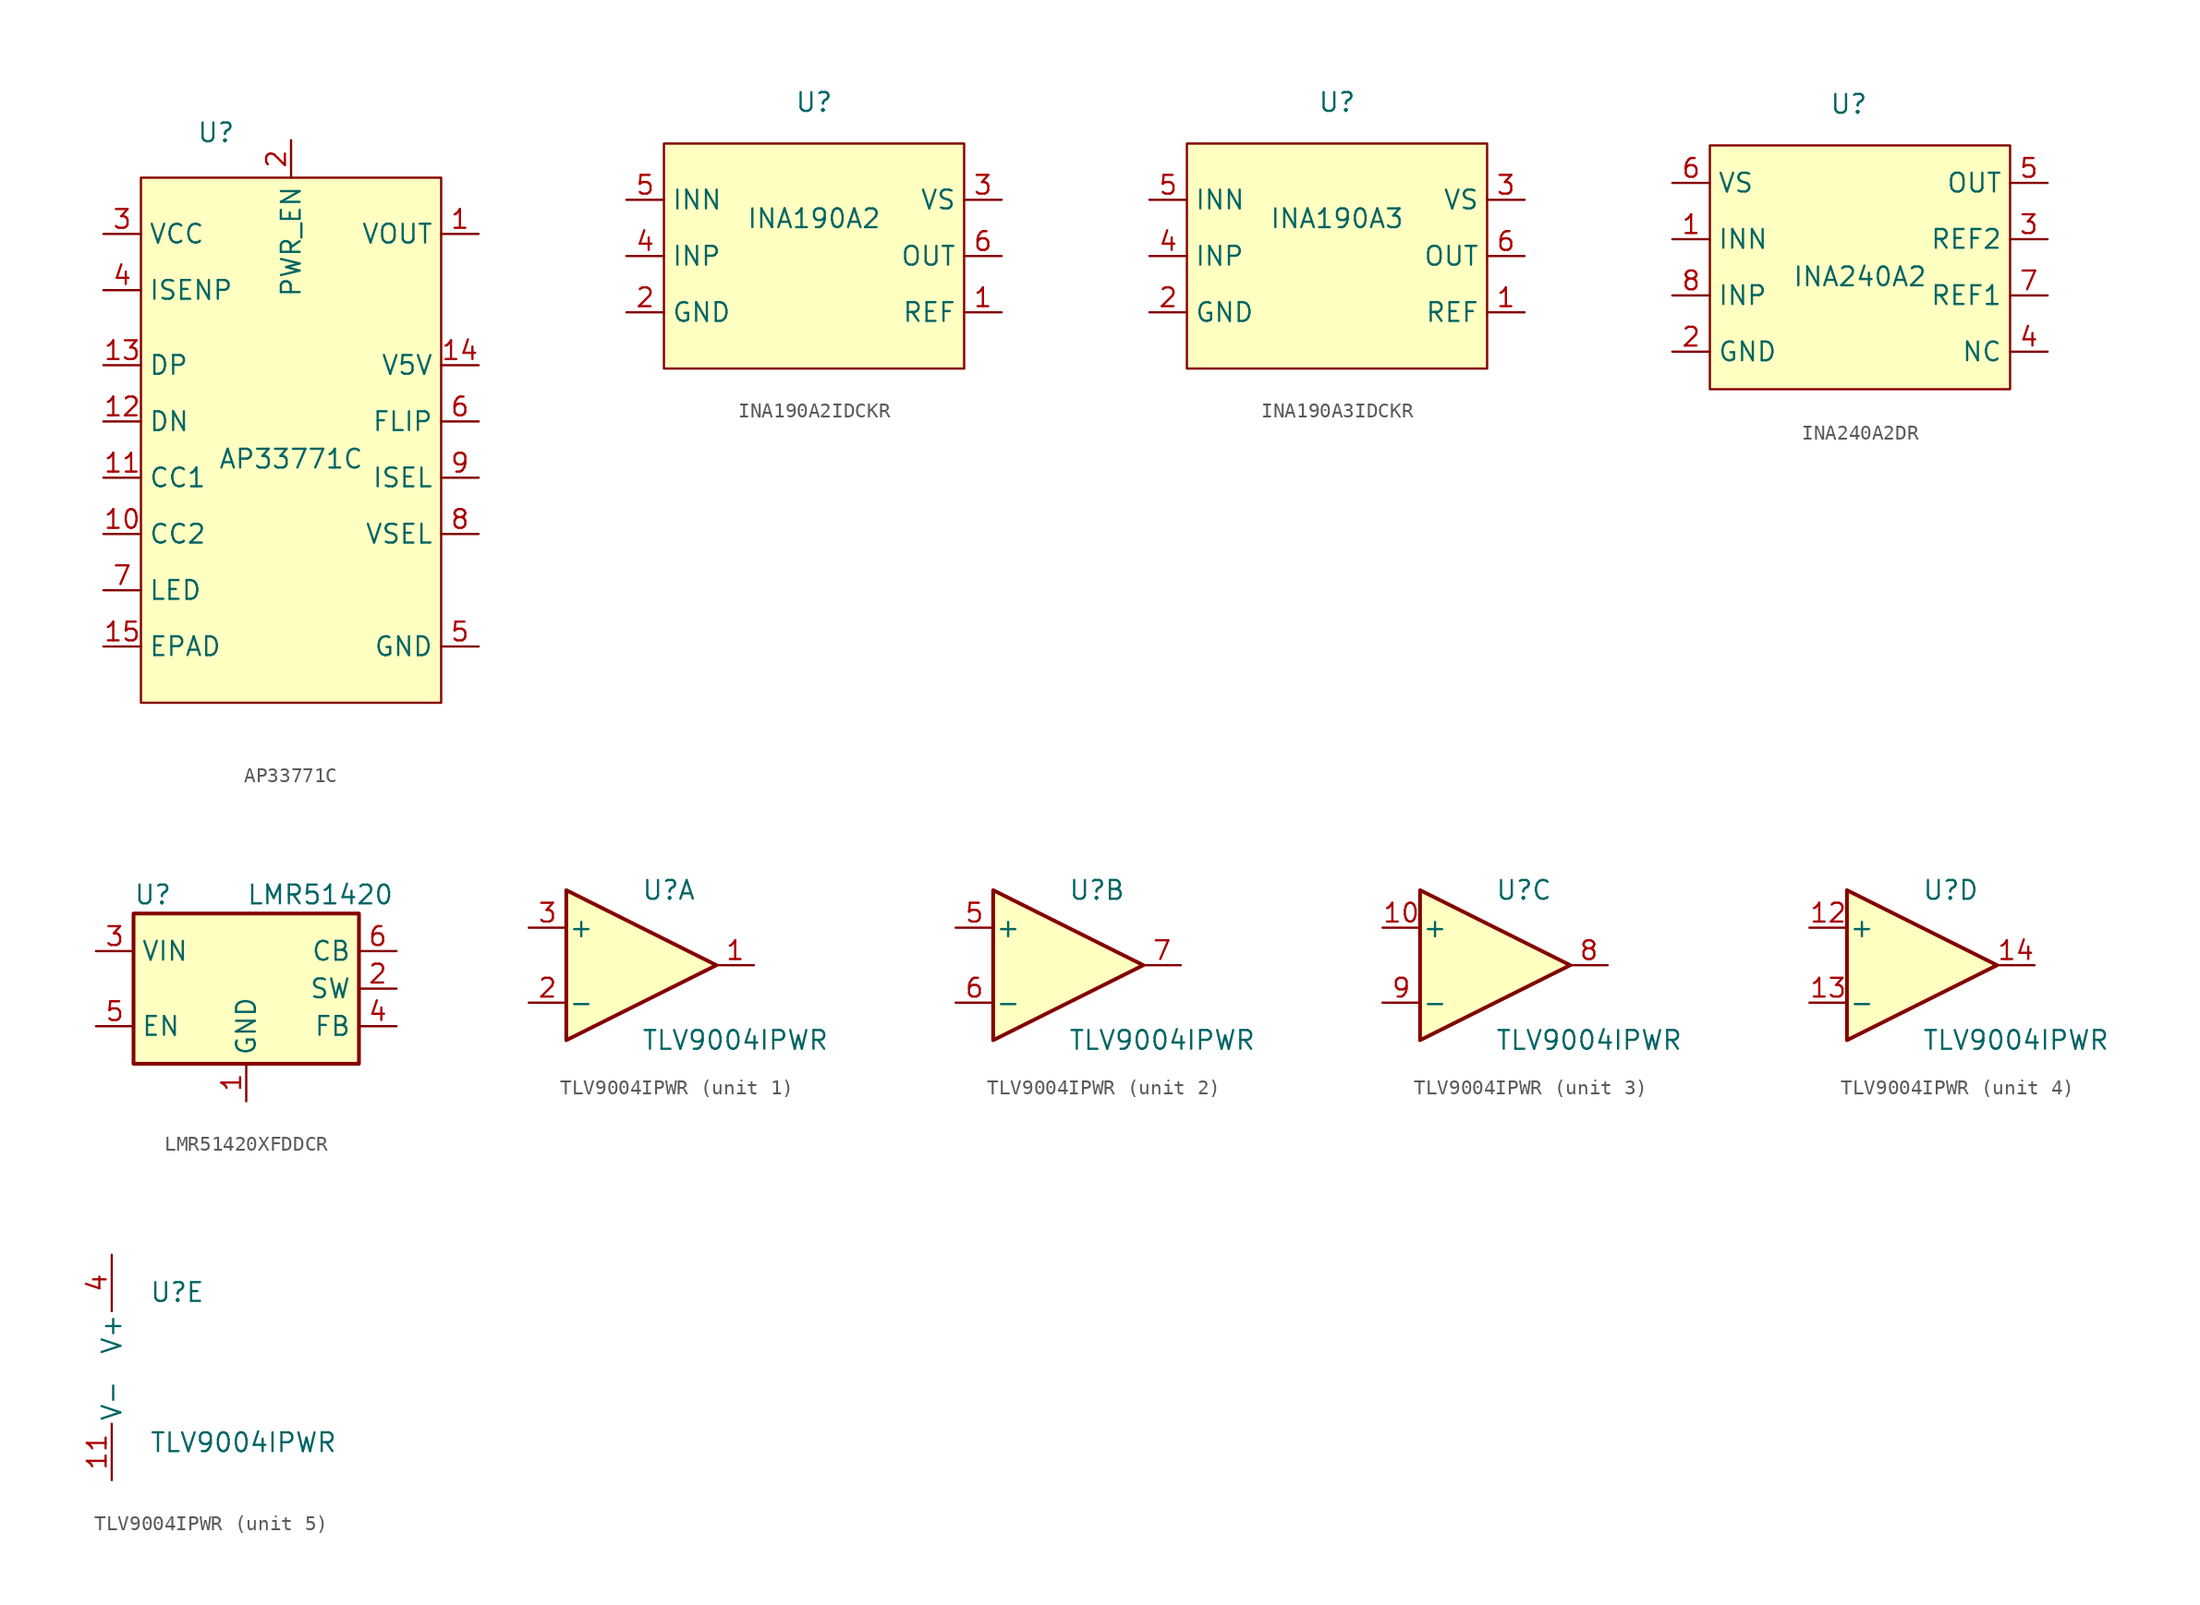
<source format=kicad_sym>
(kicad_symbol_lib
  (version 20241209)
  (generator "kicad_symbol_editor")
  (generator_version "9.0")
  (symbol "AP33771C"
    (property "Reference" "U"
      (at -5.08 22.098 0)
      (effects (font (size 1.27 1.27))))
    (property "Value" "AP33771C"
      (at 0 0 0)
      (effects (font (size 1.27 1.27))))
    (symbol "AP33771C_1_1"
      (rectangle (start -10.16 19.05) (end 10.16 -16.51) (stroke (width 0) (type default)) (fill (type background)))
      (pin power_in line (at -12.7 15.24 0) (length 2.54) (name "VCC" (effects (font (size 1.27 1.27)))) (number "3" (effects (font (size 1.27 1.27)))))
      (pin input line (at -12.7 11.43 0) (length 2.54) (name "ISENP" (effects (font (size 1.27 1.27)))) (number "4" (effects (font (size 1.27 1.27)))))
      (pin passive line (at -12.7 6.35 0) (length 2.54) (name "DP" (effects (font (size 1.27 1.27)))) (number "13" (effects (font (size 1.27 1.27)))))
      (pin passive line (at -12.7 2.54 0) (length 2.54) (name "DN" (effects (font (size 1.27 1.27)))) (number "12" (effects (font (size 1.27 1.27)))))
      (pin passive line (at -12.7 -1.27 0) (length 2.54) (name "CC1" (effects (font (size 1.27 1.27)))) (number "11" (effects (font (size 1.27 1.27)))))
      (pin passive line (at -12.7 -5.08 0) (length 2.54) (name "CC2" (effects (font (size 1.27 1.27)))) (number "10" (effects (font (size 1.27 1.27)))))
      (pin output line (at -12.7 -8.89 0) (length 2.54) (name "LED" (effects (font (size 1.27 1.27)))) (number "7" (effects (font (size 1.27 1.27)))))
      (pin passive line (at -12.7 -12.7 0) (length 2.54) (name "EPAD" (effects (font (size 1.27 1.27)))) (number "15" (effects (font (size 1.27 1.27)))))
      (pin output line (at 0 21.59 270) (length 2.54) (name "PWR_EN" (effects (font (size 1.27 1.27)))) (number "2" (effects (font (size 1.27 1.27)))))
      (pin power_out line (at 12.7 15.24 180) (length 2.54) (name "VOUT" (effects (font (size 1.27 1.27)))) (number "1" (effects (font (size 1.27 1.27)))))
      (pin output line (at 12.7 6.35 180) (length 2.54) (name "V5V" (effects (font (size 1.27 1.27)))) (number "14" (effects (font (size 1.27 1.27)))))
      (pin passive line (at 12.7 2.54 180) (length 2.54) (name "FLIP" (effects (font (size 1.27 1.27)))) (number "6" (effects (font (size 1.27 1.27)))))
      (pin passive line (at 12.7 -1.27 180) (length 2.54) (name "ISEL" (effects (font (size 1.27 1.27)))) (number "9" (effects (font (size 1.27 1.27)))))
      (pin passive line (at 12.7 -5.08 180) (length 2.54) (name "VSEL" (effects (font (size 1.27 1.27)))) (number "8" (effects (font (size 1.27 1.27)))))
      (pin power_in line (at 12.7 -12.7 180) (length 2.54) (name "GND" (effects (font (size 1.27 1.27)))) (number "5" (effects (font (size 1.27 1.27)))))))
  (symbol "INA190A2IDCKR"
    (property "Reference" "U"
      (at 0 7.874 0)
      (effects (font (size 1.27 1.27))))
    (property "Value" "INA190A2"
      (at 0 0 0)
      (effects (font (size 1.27 1.27))))
    (symbol "INA190A2IDCKR_1_1"
      (rectangle (start -10.16 5.08) (end 10.16 -10.16) (stroke (width 0) (type default)) (fill (type background)))
      (pin input line (at -12.7 1.27 0) (length 2.54) (name "INN" (effects (font (size 1.27 1.27)))) (number "5" (effects (font (size 1.27 1.27)))))
      (pin input line (at -12.7 -2.54 0) (length 2.54) (name "INP" (effects (font (size 1.27 1.27)))) (number "4" (effects (font (size 1.27 1.27)))))
      (pin power_in line (at -12.7 -6.35 0) (length 2.54) (name "GND" (effects (font (size 1.27 1.27)))) (number "2" (effects (font (size 1.27 1.27)))))
      (pin power_in line (at 12.7 1.27 180) (length 2.54) (name "VS" (effects (font (size 1.27 1.27)))) (number "3" (effects (font (size 1.27 1.27)))))
      (pin output line (at 12.7 -2.54 180) (length 2.54) (name "OUT" (effects (font (size 1.27 1.27)))) (number "6" (effects (font (size 1.27 1.27)))))
      (pin passive line (at 12.7 -6.35 180) (length 2.54) (name "REF" (effects (font (size 1.27 1.27)))) (number "1" (effects (font (size 1.27 1.27)))))))
  (symbol "INA190A3IDCKR"
    (property "Reference" "U"
      (at 0 7.874 0)
      (effects (font (size 1.27 1.27))))
    (property "Value" "INA190A3"
      (at 0 0 0)
      (effects (font (size 1.27 1.27))))
    (symbol "INA190A3IDCKR_1_1"
      (rectangle (start -10.16 5.08) (end 10.16 -10.16) (stroke (width 0) (type default)) (fill (type background)))
      (pin input line (at -12.7 1.27 0) (length 2.54) (name "INN" (effects (font (size 1.27 1.27)))) (number "5" (effects (font (size 1.27 1.27)))))
      (pin input line (at -12.7 -2.54 0) (length 2.54) (name "INP" (effects (font (size 1.27 1.27)))) (number "4" (effects (font (size 1.27 1.27)))))
      (pin power_in line (at -12.7 -6.35 0) (length 2.54) (name "GND" (effects (font (size 1.27 1.27)))) (number "2" (effects (font (size 1.27 1.27)))))
      (pin power_in line (at 12.7 1.27 180) (length 2.54) (name "VS" (effects (font (size 1.27 1.27)))) (number "3" (effects (font (size 1.27 1.27)))))
      (pin output line (at 12.7 -2.54 180) (length 2.54) (name "OUT" (effects (font (size 1.27 1.27)))) (number "6" (effects (font (size 1.27 1.27)))))
      (pin passive line (at 12.7 -6.35 180) (length 2.54) (name "REF" (effects (font (size 1.27 1.27)))) (number "1" (effects (font (size 1.27 1.27)))))))
  (symbol "INA240A2DR"
    (property "Reference" "U"
      (at -0.762 11.684 0)
      (effects (font (size 1.27 1.27))))
    (property "Value" "INA240A2"
      (at 0 0 0)
      (effects (font (size 1.27 1.27))))
    (symbol "INA240A2DR_1_1"
      (rectangle (start -10.16 8.89) (end 10.16 -7.62) (stroke (width 0) (type solid)) (fill (type background)))
      (pin power_in line (at -12.7 6.35 0) (length 2.54) (name "VS" (effects (font (size 1.27 1.27)))) (number "6" (effects (font (size 1.27 1.27)))))
      (pin input line (at -12.7 2.54 0) (length 2.54) (name "INN" (effects (font (size 1.27 1.27)))) (number "1" (effects (font (size 1.27 1.27)))))
      (pin input line (at -12.7 -1.27 0) (length 2.54) (name "INP" (effects (font (size 1.27 1.27)))) (number "8" (effects (font (size 1.27 1.27)))))
      (pin power_in line (at -12.7 -5.08 0) (length 2.54) (name "GND" (effects (font (size 1.27 1.27)))) (number "2" (effects (font (size 1.27 1.27)))))
      (pin output line (at 12.7 6.35 180) (length 2.54) (name "OUT" (effects (font (size 1.27 1.27)))) (number "5" (effects (font (size 1.27 1.27)))))
      (pin input line (at 12.7 2.54 180) (length 2.54) (name "REF2" (effects (font (size 1.27 1.27)))) (number "3" (effects (font (size 1.27 1.27)))))
      (pin input line (at 12.7 -1.27 180) (length 2.54) (name "REF1" (effects (font (size 1.27 1.27)))) (number "7" (effects (font (size 1.27 1.27)))))
      (pin passive line (at 12.7 -5.08 180) (length 2.54) (name "NC" (effects (font (size 1.27 1.27)))) (number "4" (effects (font (size 1.27 1.27)))))))
  (symbol "LMR51420XFDDCR"
    (property "Reference" "U"
      (at -7.62 6.35 0)
      (effects (font (size 1.27 1.27)) (justify left)))
    (property "Value" "LMR51420"
      (at 0 6.35 0)
      (effects (font (size 1.27 1.27)) (justify left)))
    (symbol "LMR51420XFDDCR_0_1"
      (rectangle (start -7.62 5.08) (end 7.62 -5.08) (stroke (width 0.254) (type default)) (fill (type background))))
    (symbol "LMR51420XFDDCR_1_1"
      (pin power_in line (at -10.16 2.54 0) (length 2.54) (name "VIN" (effects (font (size 1.27 1.27)))) (number "3" (effects (font (size 1.27 1.27)))))
      (pin input line (at -10.16 -2.54 0) (length 2.54) (name "EN" (effects (font (size 1.27 1.27)))) (number "5" (effects (font (size 1.27 1.27)))))
      (pin power_in line (at 0 -7.62 90) (length 2.54) (name "GND" (effects (font (size 1.27 1.27)))) (number "1" (effects (font (size 1.27 1.27)))))
      (pin passive line (at 10.16 2.54 180) (length 2.54) (name "CB" (effects (font (size 1.27 1.27)))) (number "6" (effects (font (size 1.27 1.27)))))
      (pin power_out line (at 10.16 0 180) (length 2.54) (name "SW" (effects (font (size 1.27 1.27)))) (number "2" (effects (font (size 1.27 1.27)))))
      (pin input line (at 10.16 -2.54 180) (length 2.54) (name "FB" (effects (font (size 1.27 1.27)))) (number "4" (effects (font (size 1.27 1.27)))))))
  (symbol "TLV9004IPWR"
    (pin_names
      (offset 0.127))
    (property "Reference" "U"
      (at 0 5.08 0)
      (effects (font (size 1.27 1.27)) (justify left)))
    (property "Value" "TLV9004IPWR"
      (at 0 -5.08 0)
      (effects (font (size 1.27 1.27)) (justify left)))
    (property "ki_locked" ""
      (at 0 0 0)
      (effects (font (size 1.27 1.27))))
    (symbol "TLV9004IPWR_1_1"
      (polyline (pts (xy -5.08 5.08) (xy 5.08 0) (xy -5.08 -5.08) (xy -5.08 5.08)) (stroke (width 0.254) (type default)) (fill (type background)))
      (pin input line (at -7.62 2.54 0) (length 2.54) (name "+" (effects (font (size 1.27 1.27)))) (number "3" (effects (font (size 1.27 1.27)))))
      (pin input line (at -7.62 -2.54 0) (length 2.54) (name "-" (effects (font (size 1.27 1.27)))) (number "2" (effects (font (size 1.27 1.27)))))
      (pin output line (at 7.62 0 180) (length 2.54) (name "~" (effects (font (size 1.27 1.27)))) (number "1" (effects (font (size 1.27 1.27))))))
    (symbol "TLV9004IPWR_2_1"
      (polyline (pts (xy -5.08 5.08) (xy 5.08 0) (xy -5.08 -5.08) (xy -5.08 5.08)) (stroke (width 0.254) (type default)) (fill (type background)))
      (pin input line (at -7.62 2.54 0) (length 2.54) (name "+" (effects (font (size 1.27 1.27)))) (number "5" (effects (font (size 1.27 1.27)))))
      (pin input line (at -7.62 -2.54 0) (length 2.54) (name "-" (effects (font (size 1.27 1.27)))) (number "6" (effects (font (size 1.27 1.27)))))
      (pin output line (at 7.62 0 180) (length 2.54) (name "~" (effects (font (size 1.27 1.27)))) (number "7" (effects (font (size 1.27 1.27))))))
    (symbol "TLV9004IPWR_3_1"
      (polyline (pts (xy -5.08 5.08) (xy 5.08 0) (xy -5.08 -5.08) (xy -5.08 5.08)) (stroke (width 0.254) (type default)) (fill (type background)))
      (pin input line (at -7.62 2.54 0) (length 2.54) (name "+" (effects (font (size 1.27 1.27)))) (number "10" (effects (font (size 1.27 1.27)))))
      (pin input line (at -7.62 -2.54 0) (length 2.54) (name "-" (effects (font (size 1.27 1.27)))) (number "9" (effects (font (size 1.27 1.27)))))
      (pin output line (at 7.62 0 180) (length 2.54) (name "~" (effects (font (size 1.27 1.27)))) (number "8" (effects (font (size 1.27 1.27))))))
    (symbol "TLV9004IPWR_4_1"
      (polyline (pts (xy -5.08 5.08) (xy 5.08 0) (xy -5.08 -5.08) (xy -5.08 5.08)) (stroke (width 0.254) (type default)) (fill (type background)))
      (pin input line (at -7.62 2.54 0) (length 2.54) (name "+" (effects (font (size 1.27 1.27)))) (number "12" (effects (font (size 1.27 1.27)))))
      (pin input line (at -7.62 -2.54 0) (length 2.54) (name "-" (effects (font (size 1.27 1.27)))) (number "13" (effects (font (size 1.27 1.27)))))
      (pin output line (at 7.62 0 180) (length 2.54) (name "~" (effects (font (size 1.27 1.27)))) (number "14" (effects (font (size 1.27 1.27))))))
    (symbol "TLV9004IPWR_5_1"
      (pin power_in line (at -2.54 7.62 270) (length 3.81) (name "V+" (effects (font (size 1.27 1.27)))) (number "4" (effects (font (size 1.27 1.27)))))
      (pin power_in line (at -2.54 -7.62 90) (length 3.81) (name "V-" (effects (font (size 1.27 1.27)))) (number "11" (effects (font (size 1.27 1.27))))))))
</source>
